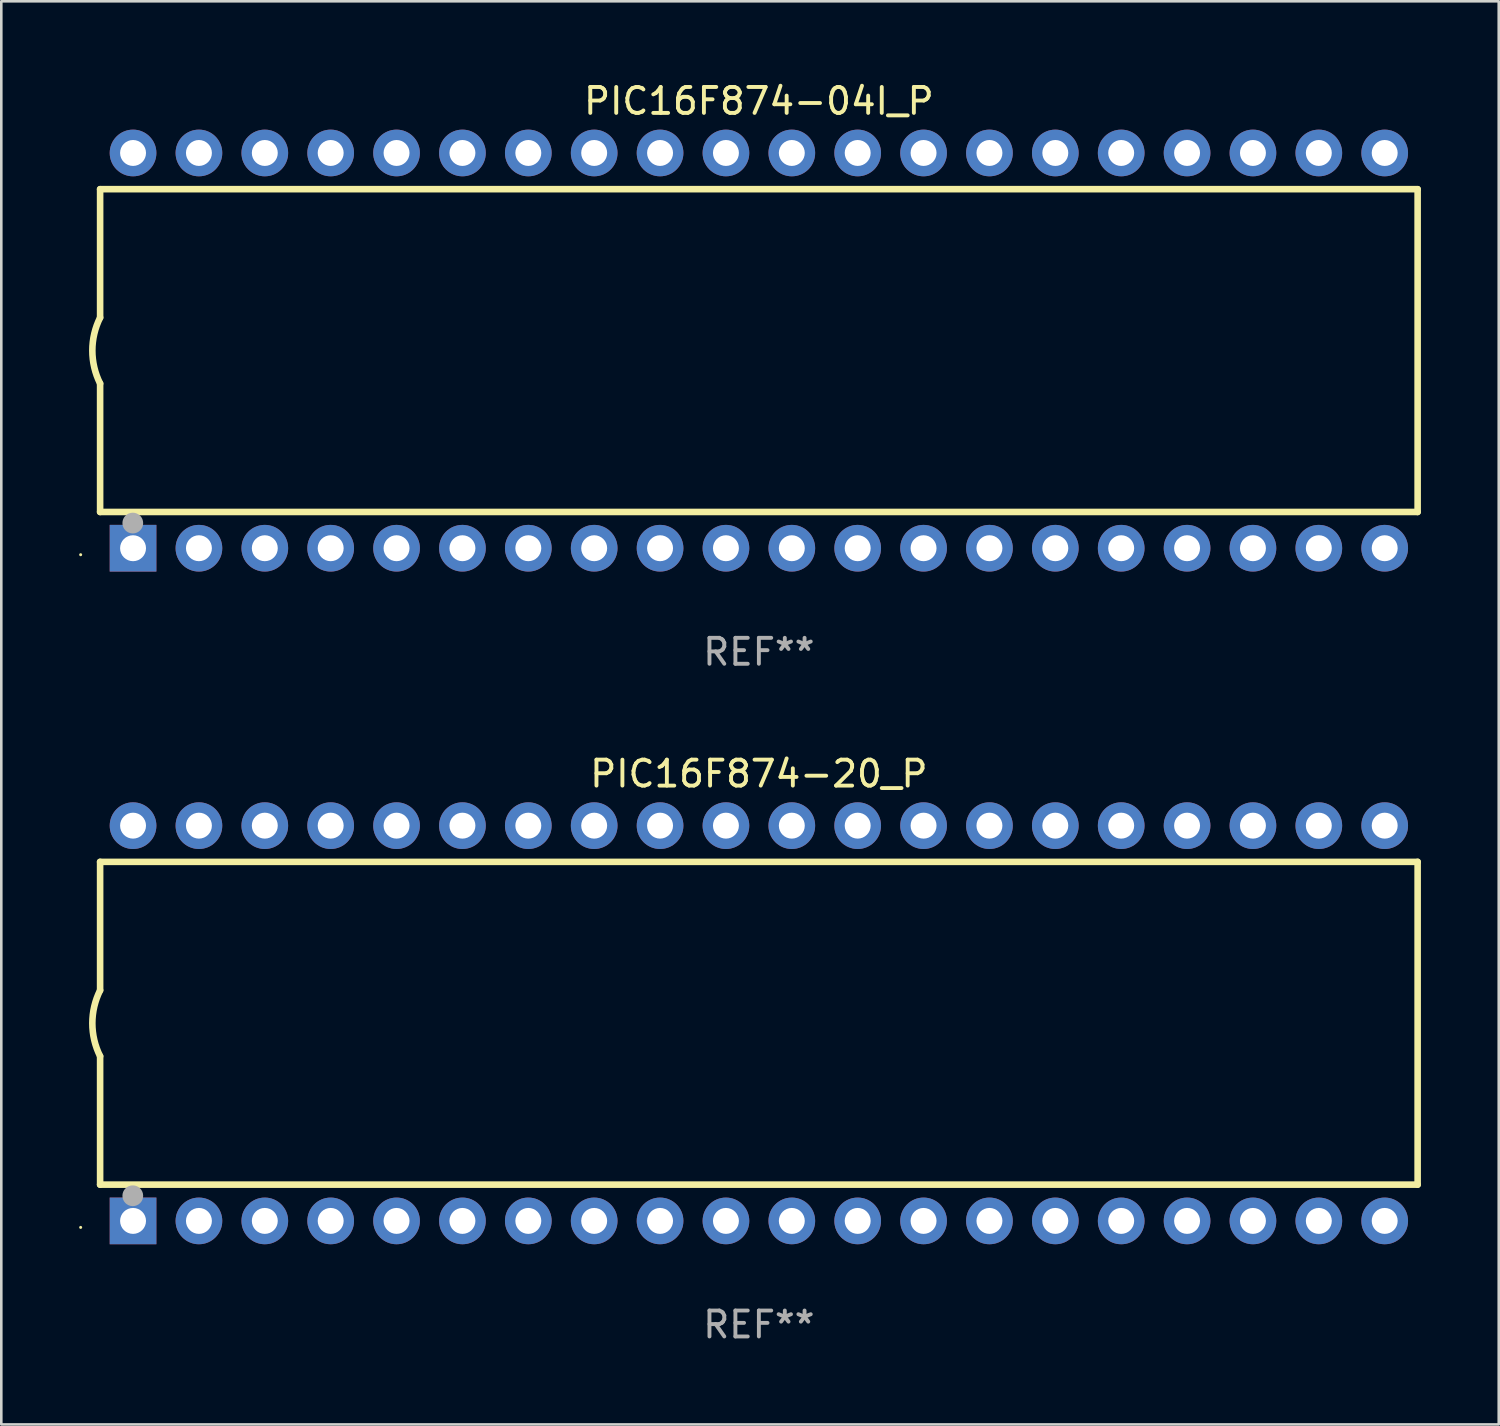
<source format=kicad_pcb>
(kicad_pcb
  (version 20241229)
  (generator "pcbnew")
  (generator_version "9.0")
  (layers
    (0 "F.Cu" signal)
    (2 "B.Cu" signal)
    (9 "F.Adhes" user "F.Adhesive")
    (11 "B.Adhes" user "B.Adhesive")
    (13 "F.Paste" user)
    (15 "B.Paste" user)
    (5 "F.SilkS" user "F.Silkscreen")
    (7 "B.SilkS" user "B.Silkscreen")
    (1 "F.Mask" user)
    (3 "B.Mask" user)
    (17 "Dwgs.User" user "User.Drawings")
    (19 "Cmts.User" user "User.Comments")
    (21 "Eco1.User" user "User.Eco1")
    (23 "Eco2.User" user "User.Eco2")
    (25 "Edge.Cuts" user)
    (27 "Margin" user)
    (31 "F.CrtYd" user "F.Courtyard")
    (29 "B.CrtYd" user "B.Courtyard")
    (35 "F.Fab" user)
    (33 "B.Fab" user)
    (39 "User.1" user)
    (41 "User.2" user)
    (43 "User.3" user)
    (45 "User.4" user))
  (footprint "PIC16F874-04I_P"
    (layer "F.Cu")
    (at 26.21 10.468)
    (property "Reference" "PIC16F874-04I_P" (at 0 -9.62 0) (layer "F.SilkS") (effects (font (size 1 1) (thickness 0.15))))
    (attr through_hole)
    (fp_line (start -25.4 -6.224) (end -25.4 -1.271) (stroke (width 0.254) (type solid)) (layer "F.SilkS"))
    (fp_line (start -25.4 -6.224) (end 25.4 -6.224) (stroke (width 0.254) (type solid)) (layer "F.SilkS"))
    (fp_line (start -25.4 1.269) (end -25.4 6.222) (stroke (width 0.254) (type solid)) (layer "F.SilkS"))
    (fp_line (start -25.4 6.222) (end 25.4 6.222) (stroke (width 0.254) (type solid)) (layer "F.SilkS"))
    (fp_line (start 25.4 6.222) (end 25.4 -6.224) (stroke (width 0.254) (type solid)) (layer "F.SilkS"))
    (fp_arc (start -25.4 1.269241) (mid -25.699807 -0.000762) (end -25.4 -1.270765) (stroke (width 0.254001) (type solid)) (layer "F.SilkS"))
    (fp_circle (center -26.15 7.87) (end -26.12 7.87) (stroke (width 0.06) (type solid)) (fill no) (layer "F.SilkS"))
    (fp_circle (center -24.14 6.65) (end -23.94 6.65) (stroke (width 0.4) (type solid)) (fill no) (layer "F.Fab"))
    (fp_text user "REF**" (at 0 11.62 0) (layer "F.Fab") (effects (font (size 1 1) (thickness 0.15))))
    (pad "1" thru_hole rect (at -24.13 7.62 90) (size 1.8 1.8) (drill 1) (layers "*.Cu" "*.Mask"))
    (pad "2" thru_hole circle (at -21.59 7.62) (size 1.8 1.8) (drill 1) (layers "*.Cu" "*.Mask"))
    (pad "3" thru_hole circle (at -19.05 7.62) (size 1.8 1.8) (drill 1) (layers "*.Cu" "*.Mask"))
    (pad "4" thru_hole circle (at -16.51 7.62) (size 1.8 1.8) (drill 1) (layers "*.Cu" "*.Mask"))
    (pad "5" thru_hole circle (at -13.97 7.62) (size 1.8 1.8) (drill 1) (layers "*.Cu" "*.Mask"))
    (pad "6" thru_hole circle (at -11.43 7.62) (size 1.8 1.8) (drill 1) (layers "*.Cu" "*.Mask"))
    (pad "7" thru_hole circle (at -8.89 7.62) (size 1.8 1.8) (drill 1) (layers "*.Cu" "*.Mask"))
    (pad "8" thru_hole circle (at -6.35 7.62) (size 1.8 1.8) (drill 1) (layers "*.Cu" "*.Mask"))
    (pad "9" thru_hole circle (at -3.81 7.62) (size 1.8 1.8) (drill 1) (layers "*.Cu" "*.Mask"))
    (pad "10" thru_hole circle (at -1.27 7.62) (size 1.8 1.8) (drill 1) (layers "*.Cu" "*.Mask"))
    (pad "11" thru_hole circle (at 1.27 7.62) (size 1.8 1.8) (drill 1) (layers "*.Cu" "*.Mask"))
    (pad "12" thru_hole circle (at 3.81 7.62) (size 1.8 1.8) (drill 1) (layers "*.Cu" "*.Mask"))
    (pad "13" thru_hole circle (at 6.35 7.62) (size 1.8 1.8) (drill 1) (layers "*.Cu" "*.Mask"))
    (pad "14" thru_hole circle (at 8.89 7.62) (size 1.8 1.8) (drill 1) (layers "*.Cu" "*.Mask"))
    (pad "15" thru_hole circle (at 11.43 7.62) (size 1.8 1.8) (drill 1) (layers "*.Cu" "*.Mask"))
    (pad "16" thru_hole circle (at 13.97 7.62) (size 1.8 1.8) (drill 1) (layers "*.Cu" "*.Mask"))
    (pad "17" thru_hole circle (at 16.51 7.62) (size 1.8 1.8) (drill 1) (layers "*.Cu" "*.Mask"))
    (pad "18" thru_hole circle (at 19.05 7.62) (size 1.8 1.8) (drill 1) (layers "*.Cu" "*.Mask"))
    (pad "19" thru_hole circle (at 21.59 7.62) (size 1.8 1.8) (drill 1) (layers "*.Cu" "*.Mask"))
    (pad "20" thru_hole circle (at 24.13 7.62) (size 1.8 1.8) (drill 1) (layers "*.Cu" "*.Mask"))
    (pad "21" thru_hole circle (at 24.13 -7.62) (size 1.8 1.8) (drill 1) (layers "*.Cu" "*.Mask"))
    (pad "22" thru_hole circle (at 21.59 -7.62) (size 1.8 1.8) (drill 1) (layers "*.Cu" "*.Mask"))
    (pad "23" thru_hole circle (at 19.05 -7.62) (size 1.8 1.8) (drill 1) (layers "*.Cu" "*.Mask"))
    (pad "24" thru_hole circle (at 16.51 -7.62) (size 1.8 1.8) (drill 1) (layers "*.Cu" "*.Mask"))
    (pad "25" thru_hole circle (at 13.97 -7.62) (size 1.8 1.8) (drill 1) (layers "*.Cu" "*.Mask"))
    (pad "26" thru_hole circle (at 11.43 -7.62) (size 1.8 1.8) (drill 1) (layers "*.Cu" "*.Mask"))
    (pad "27" thru_hole circle (at 8.89 -7.62) (size 1.8 1.8) (drill 1) (layers "*.Cu" "*.Mask"))
    (pad "28" thru_hole circle (at 6.35 -7.62) (size 1.8 1.8) (drill 1) (layers "*.Cu" "*.Mask"))
    (pad "29" thru_hole circle (at 3.81 -7.62) (size 1.8 1.8) (drill 1) (layers "*.Cu" "*.Mask"))
    (pad "30" thru_hole circle (at 1.27 -7.62) (size 1.8 1.8) (drill 1) (layers "*.Cu" "*.Mask"))
    (pad "31" thru_hole circle (at -1.27 -7.62) (size 1.8 1.8) (drill 1) (layers "*.Cu" "*.Mask"))
    (pad "32" thru_hole circle (at -3.81 -7.62) (size 1.8 1.8) (drill 1) (layers "*.Cu" "*.Mask"))
    (pad "33" thru_hole circle (at -6.35 -7.62) (size 1.8 1.8) (drill 1) (layers "*.Cu" "*.Mask"))
    (pad "34" thru_hole circle (at -8.89 -7.62) (size 1.8 1.8) (drill 1) (layers "*.Cu" "*.Mask"))
    (pad "35" thru_hole circle (at -11.43 -7.62) (size 1.8 1.8) (drill 1) (layers "*.Cu" "*.Mask"))
    (pad "36" thru_hole circle (at -13.97 -7.62) (size 1.8 1.8) (drill 1) (layers "*.Cu" "*.Mask"))
    (pad "37" thru_hole circle (at -16.51 -7.62) (size 1.8 1.8) (drill 1) (layers "*.Cu" "*.Mask"))
    (pad "38" thru_hole circle (at -19.05 -7.62) (size 1.8 1.8) (drill 1) (layers "*.Cu" "*.Mask"))
    (pad "39" thru_hole circle (at -21.59 -7.62) (size 1.8 1.8) (drill 1) (layers "*.Cu" "*.Mask"))
    (pad "40" thru_hole circle (at -24.13 -7.62) (size 1.8 1.8) (drill 1) (layers "*.Cu" "*.Mask")))
  (footprint "PIC16F874-20_P"
    (layer "F.Cu")
    (at 26.21 36.405)
    (property "Reference" "PIC16F874-20_P" (at 0 -9.62 0) (layer "F.SilkS") (effects (font (size 1 1) (thickness 0.15))))
    (attr through_hole)
    (fp_line (start -25.4 -6.224) (end -25.4 -1.271) (stroke (width 0.254) (type solid)) (layer "F.SilkS"))
    (fp_line (start -25.4 -6.224) (end 25.4 -6.224) (stroke (width 0.254) (type solid)) (layer "F.SilkS"))
    (fp_line (start -25.4 1.269) (end -25.4 6.222) (stroke (width 0.254) (type solid)) (layer "F.SilkS"))
    (fp_line (start -25.4 6.222) (end 25.4 6.222) (stroke (width 0.254) (type solid)) (layer "F.SilkS"))
    (fp_line (start 25.4 6.222) (end 25.4 -6.224) (stroke (width 0.254) (type solid)) (layer "F.SilkS"))
    (fp_arc (start -25.4 1.269241) (mid -25.699807 -0.000762) (end -25.4 -1.270765) (stroke (width 0.254001) (type solid)) (layer "F.SilkS"))
    (fp_circle (center -26.15 7.87) (end -26.12 7.87) (stroke (width 0.06) (type solid)) (fill no) (layer "F.SilkS"))
    (fp_circle (center -24.14 6.65) (end -23.94 6.65) (stroke (width 0.4) (type solid)) (fill no) (layer "F.Fab"))
    (fp_text user "REF**" (at 0 11.62 0) (layer "F.Fab") (effects (font (size 1 1) (thickness 0.15))))
    (pad "1" thru_hole rect (at -24.13 7.62 90) (size 1.8 1.8) (drill 1) (layers "*.Cu" "*.Mask"))
    (pad "2" thru_hole circle (at -21.59 7.62) (size 1.8 1.8) (drill 1) (layers "*.Cu" "*.Mask"))
    (pad "3" thru_hole circle (at -19.05 7.62) (size 1.8 1.8) (drill 1) (layers "*.Cu" "*.Mask"))
    (pad "4" thru_hole circle (at -16.51 7.62) (size 1.8 1.8) (drill 1) (layers "*.Cu" "*.Mask"))
    (pad "5" thru_hole circle (at -13.97 7.62) (size 1.8 1.8) (drill 1) (layers "*.Cu" "*.Mask"))
    (pad "6" thru_hole circle (at -11.43 7.62) (size 1.8 1.8) (drill 1) (layers "*.Cu" "*.Mask"))
    (pad "7" thru_hole circle (at -8.89 7.62) (size 1.8 1.8) (drill 1) (layers "*.Cu" "*.Mask"))
    (pad "8" thru_hole circle (at -6.35 7.62) (size 1.8 1.8) (drill 1) (layers "*.Cu" "*.Mask"))
    (pad "9" thru_hole circle (at -3.81 7.62) (size 1.8 1.8) (drill 1) (layers "*.Cu" "*.Mask"))
    (pad "10" thru_hole circle (at -1.27 7.62) (size 1.8 1.8) (drill 1) (layers "*.Cu" "*.Mask"))
    (pad "11" thru_hole circle (at 1.27 7.62) (size 1.8 1.8) (drill 1) (layers "*.Cu" "*.Mask"))
    (pad "12" thru_hole circle (at 3.81 7.62) (size 1.8 1.8) (drill 1) (layers "*.Cu" "*.Mask"))
    (pad "13" thru_hole circle (at 6.35 7.62) (size 1.8 1.8) (drill 1) (layers "*.Cu" "*.Mask"))
    (pad "14" thru_hole circle (at 8.89 7.62) (size 1.8 1.8) (drill 1) (layers "*.Cu" "*.Mask"))
    (pad "15" thru_hole circle (at 11.43 7.62) (size 1.8 1.8) (drill 1) (layers "*.Cu" "*.Mask"))
    (pad "16" thru_hole circle (at 13.97 7.62) (size 1.8 1.8) (drill 1) (layers "*.Cu" "*.Mask"))
    (pad "17" thru_hole circle (at 16.51 7.62) (size 1.8 1.8) (drill 1) (layers "*.Cu" "*.Mask"))
    (pad "18" thru_hole circle (at 19.05 7.62) (size 1.8 1.8) (drill 1) (layers "*.Cu" "*.Mask"))
    (pad "19" thru_hole circle (at 21.59 7.62) (size 1.8 1.8) (drill 1) (layers "*.Cu" "*.Mask"))
    (pad "20" thru_hole circle (at 24.13 7.62) (size 1.8 1.8) (drill 1) (layers "*.Cu" "*.Mask"))
    (pad "21" thru_hole circle (at 24.13 -7.62) (size 1.8 1.8) (drill 1) (layers "*.Cu" "*.Mask"))
    (pad "22" thru_hole circle (at 21.59 -7.62) (size 1.8 1.8) (drill 1) (layers "*.Cu" "*.Mask"))
    (pad "23" thru_hole circle (at 19.05 -7.62) (size 1.8 1.8) (drill 1) (layers "*.Cu" "*.Mask"))
    (pad "24" thru_hole circle (at 16.51 -7.62) (size 1.8 1.8) (drill 1) (layers "*.Cu" "*.Mask"))
    (pad "25" thru_hole circle (at 13.97 -7.62) (size 1.8 1.8) (drill 1) (layers "*.Cu" "*.Mask"))
    (pad "26" thru_hole circle (at 11.43 -7.62) (size 1.8 1.8) (drill 1) (layers "*.Cu" "*.Mask"))
    (pad "27" thru_hole circle (at 8.89 -7.62) (size 1.8 1.8) (drill 1) (layers "*.Cu" "*.Mask"))
    (pad "28" thru_hole circle (at 6.35 -7.62) (size 1.8 1.8) (drill 1) (layers "*.Cu" "*.Mask"))
    (pad "29" thru_hole circle (at 3.81 -7.62) (size 1.8 1.8) (drill 1) (layers "*.Cu" "*.Mask"))
    (pad "30" thru_hole circle (at 1.27 -7.62) (size 1.8 1.8) (drill 1) (layers "*.Cu" "*.Mask"))
    (pad "31" thru_hole circle (at -1.27 -7.62) (size 1.8 1.8) (drill 1) (layers "*.Cu" "*.Mask"))
    (pad "32" thru_hole circle (at -3.81 -7.62) (size 1.8 1.8) (drill 1) (layers "*.Cu" "*.Mask"))
    (pad "33" thru_hole circle (at -6.35 -7.62) (size 1.8 1.8) (drill 1) (layers "*.Cu" "*.Mask"))
    (pad "34" thru_hole circle (at -8.89 -7.62) (size 1.8 1.8) (drill 1) (layers "*.Cu" "*.Mask"))
    (pad "35" thru_hole circle (at -11.43 -7.62) (size 1.8 1.8) (drill 1) (layers "*.Cu" "*.Mask"))
    (pad "36" thru_hole circle (at -13.97 -7.62) (size 1.8 1.8) (drill 1) (layers "*.Cu" "*.Mask"))
    (pad "37" thru_hole circle (at -16.51 -7.62) (size 1.8 1.8) (drill 1) (layers "*.Cu" "*.Mask"))
    (pad "38" thru_hole circle (at -19.05 -7.62) (size 1.8 1.8) (drill 1) (layers "*.Cu" "*.Mask"))
    (pad "39" thru_hole circle (at -21.59 -7.62) (size 1.8 1.8) (drill 1) (layers "*.Cu" "*.Mask"))
    (pad "40" thru_hole circle (at -24.13 -7.62) (size 1.8 1.8) (drill 1) (layers "*.Cu" "*.Mask")))
  (gr_rect
    (start -3 -3)
    (end 54.737 51.873)
    (stroke (width 0.1) (type default))
    (fill no)
    (layer "Edge.Cuts")))
</source>
